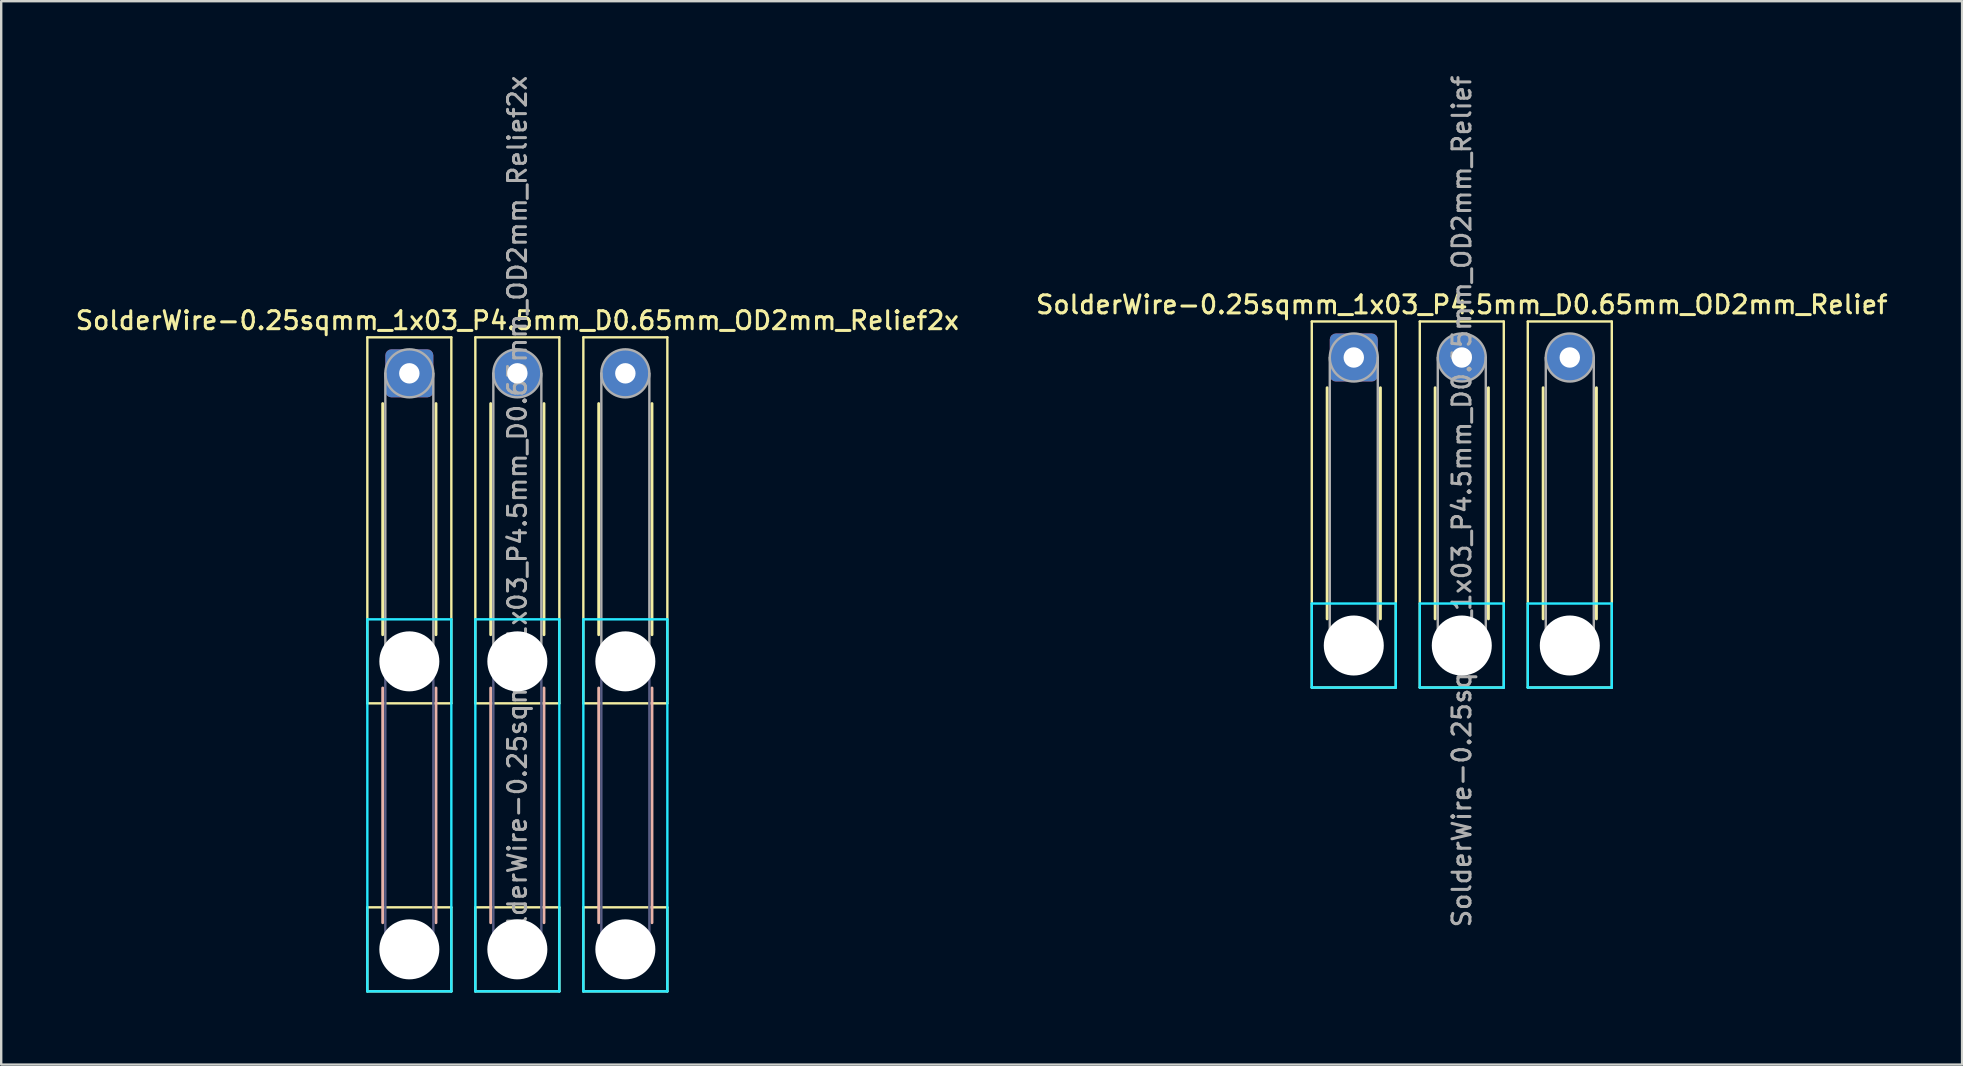
<source format=kicad_pcb>
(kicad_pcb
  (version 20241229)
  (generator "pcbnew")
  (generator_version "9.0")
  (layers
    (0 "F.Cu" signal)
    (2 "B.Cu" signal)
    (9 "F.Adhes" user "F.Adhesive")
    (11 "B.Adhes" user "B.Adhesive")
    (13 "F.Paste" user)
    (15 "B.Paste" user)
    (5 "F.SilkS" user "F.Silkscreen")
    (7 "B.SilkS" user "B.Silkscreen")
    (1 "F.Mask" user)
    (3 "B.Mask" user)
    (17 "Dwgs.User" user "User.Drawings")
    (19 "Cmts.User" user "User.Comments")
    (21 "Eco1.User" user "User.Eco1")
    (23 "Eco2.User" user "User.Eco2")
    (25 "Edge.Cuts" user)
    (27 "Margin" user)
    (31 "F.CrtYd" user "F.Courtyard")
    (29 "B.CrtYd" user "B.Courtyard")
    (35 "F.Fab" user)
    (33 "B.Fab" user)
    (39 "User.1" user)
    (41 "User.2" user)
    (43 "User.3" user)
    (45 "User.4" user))
  (footprint "SolderWire-0.25sqmm_1x03_P4.5mm_D0.65mm_OD2mm_Relief"
    (layer "F.Cu")
    (at 53.355 11.845)
    (property "Reference" "SolderWire-0.25sqmm_1x03_P4.5mm_D0.65mm_OD2mm_Relief" (at 4.5 -2.2 0) (layer "F.SilkS") (effects (font (size 0.75 0.75) (thickness 0.125))))
    (attr exclude_from_pos_files exclude_from_bom)
    (fp_line (start -1.75 -1.5) (end -1.75 13.75) (stroke (width 0.1) (type solid)) (layer "F.SilkS"))
    (fp_line (start -1.75 13.75) (end 1.75 13.75) (stroke (width 0.1) (type solid)) (layer "F.SilkS"))
    (fp_line (start -1.11 1.26) (end -1.11 10.89) (stroke (width 0.12) (type solid)) (layer "F.SilkS"))
    (fp_line (start 1.11 1.26) (end 1.11 10.89) (stroke (width 0.12) (type solid)) (layer "F.SilkS"))
    (fp_line (start 1.75 -1.5) (end -1.75 -1.5) (stroke (width 0.1) (type solid)) (layer "F.SilkS"))
    (fp_line (start 1.75 13.75) (end 1.75 -1.5) (stroke (width 0.1) (type solid)) (layer "F.SilkS"))
    (fp_line (start 2.75 -1.5) (end 2.75 13.75) (stroke (width 0.1) (type solid)) (layer "F.SilkS"))
    (fp_line (start 2.75 13.75) (end 6.25 13.75) (stroke (width 0.1) (type solid)) (layer "F.SilkS"))
    (fp_line (start 3.39 1.26) (end 3.39 10.89) (stroke (width 0.12) (type solid)) (layer "F.SilkS"))
    (fp_line (start 5.61 1.26) (end 5.61 10.89) (stroke (width 0.12) (type solid)) (layer "F.SilkS"))
    (fp_line (start 6.25 -1.5) (end 2.75 -1.5) (stroke (width 0.1) (type solid)) (layer "F.SilkS"))
    (fp_line (start 6.25 13.75) (end 6.25 -1.5) (stroke (width 0.1) (type solid)) (layer "F.SilkS"))
    (fp_line (start 7.25 -1.5) (end 7.25 13.75) (stroke (width 0.1) (type solid)) (layer "F.SilkS"))
    (fp_line (start 7.25 13.75) (end 10.75 13.75) (stroke (width 0.1) (type solid)) (layer "F.SilkS"))
    (fp_line (start 7.89 1.26) (end 7.89 10.89) (stroke (width 0.12) (type solid)) (layer "F.SilkS"))
    (fp_line (start 10.11 1.26) (end 10.11 10.89) (stroke (width 0.12) (type solid)) (layer "F.SilkS"))
    (fp_line (start 10.75 -1.5) (end 7.25 -1.5) (stroke (width 0.1) (type solid)) (layer "F.SilkS"))
    (fp_line (start 10.75 13.75) (end 10.75 -1.5) (stroke (width 0.1) (type solid)) (layer "F.SilkS"))
    (fp_line (start -1.75 10.25) (end -1.75 13.75) (stroke (width 0.1) (type solid)) (layer "B.CrtYd"))
    (fp_line (start -1.75 13.75) (end 1.75 13.75) (stroke (width 0.1) (type solid)) (layer "B.CrtYd"))
    (fp_line (start 1.75 10.25) (end -1.75 10.25) (stroke (width 0.1) (type solid)) (layer "B.CrtYd"))
    (fp_line (start 1.75 13.75) (end 1.75 10.25) (stroke (width 0.1) (type solid)) (layer "B.CrtYd"))
    (fp_line (start 2.75 10.25) (end 2.75 13.75) (stroke (width 0.1) (type solid)) (layer "B.CrtYd"))
    (fp_line (start 2.75 13.75) (end 6.25 13.75) (stroke (width 0.1) (type solid)) (layer "B.CrtYd"))
    (fp_line (start 6.25 10.25) (end 2.75 10.25) (stroke (width 0.1) (type solid)) (layer "B.CrtYd"))
    (fp_line (start 6.25 13.75) (end 6.25 10.25) (stroke (width 0.1) (type solid)) (layer "B.CrtYd"))
    (fp_line (start 7.25 10.25) (end 7.25 13.75) (stroke (width 0.1) (type solid)) (layer "B.CrtYd"))
    (fp_line (start 7.25 13.75) (end 10.75 13.75) (stroke (width 0.1) (type solid)) (layer "B.CrtYd"))
    (fp_line (start 10.75 10.25) (end 7.25 10.25) (stroke (width 0.1) (type solid)) (layer "B.CrtYd"))
    (fp_line (start 10.75 13.75) (end 10.75 10.25) (stroke (width 0.1) (type solid)) (layer "B.CrtYd"))
    (fp_line (start -1 0) (end -1 12) (stroke (width 0.1) (type solid)) (layer "F.Fab"))
    (fp_line (start 1 0) (end 1 12) (stroke (width 0.1) (type solid)) (layer "F.Fab"))
    (fp_line (start 3.5 0) (end 3.5 12) (stroke (width 0.1) (type solid)) (layer "F.Fab"))
    (fp_line (start 5.5 0) (end 5.5 12) (stroke (width 0.1) (type solid)) (layer "F.Fab"))
    (fp_line (start 8 0) (end 8 12) (stroke (width 0.1) (type solid)) (layer "F.Fab"))
    (fp_line (start 10 0) (end 10 12) (stroke (width 0.1) (type solid)) (layer "F.Fab"))
    (fp_circle (center 0 0) (end 1 0) (stroke (width 0.1) (type solid)) (fill no) (layer "F.Fab"))
    (fp_circle (center 0 12) (end 1 12) (stroke (width 0.1) (type solid)) (fill no) (layer "F.Fab"))
    (fp_circle (center 4.5 0) (end 5.5 0) (stroke (width 0.1) (type solid)) (fill no) (layer "F.Fab"))
    (fp_circle (center 4.5 12) (end 5.5 12) (stroke (width 0.1) (type solid)) (fill no) (layer "F.Fab"))
    (fp_circle (center 9 0) (end 10 0) (stroke (width 0.1) (type solid)) (fill no) (layer "F.Fab"))
    (fp_circle (center 9 12) (end 10 12) (stroke (width 0.1) (type solid)) (fill no) (layer "F.Fab"))
    (fp_text user "${REFERENCE}" (at 4.5 6 90) (layer "F.Fab") (effects (font (size 0.75 0.75) (thickness 0.125))))
    (pad "" np_thru_hole circle (at 0 12) (size 2.5 2.5) (drill 2.5) (layers "*.Cu" "*.Mask"))
    (pad "" np_thru_hole circle (at 4.5 12) (size 2.5 2.5) (drill 2.5) (layers "*.Cu" "*.Mask"))
    (pad "" np_thru_hole circle (at 9 12) (size 2.5 2.5) (drill 2.5) (layers "*.Cu" "*.Mask"))
    (pad "1" thru_hole roundrect (at 0 0) (size 2 2) (drill 0.85) (layers "*.Cu" "*.Mask") (roundrect_rratio 0.125))
    (pad "2" thru_hole circle (at 4.5 0) (size 2 2) (drill 0.85) (layers "*.Cu" "*.Mask"))
    (pad "3" thru_hole circle (at 9 0) (size 2 2) (drill 0.85) (layers "*.Cu" "*.Mask")))
  (footprint "SolderWire-0.25sqmm_1x03_P4.5mm_D0.65mm_OD2mm_Relief2x"
    (layer "F.Cu")
    (at 14.005 12.505)
    (property "Reference" "SolderWire-0.25sqmm_1x03_P4.5mm_D0.65mm_OD2mm_Relief2x" (at 4.5 -2.2 0) (layer "F.SilkS") (effects (font (size 0.75 0.75) (thickness 0.125))))
    (attr exclude_from_pos_files exclude_from_bom)
    (fp_line (start -1.75 -1.5) (end -1.75 13.75) (stroke (width 0.1) (type solid)) (layer "F.SilkS"))
    (fp_line (start -1.75 13.75) (end 1.75 13.75) (stroke (width 0.1) (type solid)) (layer "F.SilkS"))
    (fp_line (start -1.75 22.25) (end -1.75 25.75) (stroke (width 0.1) (type solid)) (layer "F.SilkS"))
    (fp_line (start -1.75 25.75) (end 1.75 25.75) (stroke (width 0.1) (type solid)) (layer "F.SilkS"))
    (fp_line (start -1.11 1.26) (end -1.11 10.89) (stroke (width 0.12) (type solid)) (layer "F.SilkS"))
    (fp_line (start 1.11 1.26) (end 1.11 10.89) (stroke (width 0.12) (type solid)) (layer "F.SilkS"))
    (fp_line (start 1.75 -1.5) (end -1.75 -1.5) (stroke (width 0.1) (type solid)) (layer "F.SilkS"))
    (fp_line (start 1.75 13.75) (end 1.75 -1.5) (stroke (width 0.1) (type solid)) (layer "F.SilkS"))
    (fp_line (start 1.75 22.25) (end -1.75 22.25) (stroke (width 0.1) (type solid)) (layer "F.SilkS"))
    (fp_line (start 1.75 25.75) (end 1.75 22.25) (stroke (width 0.1) (type solid)) (layer "F.SilkS"))
    (fp_line (start 2.75 -1.5) (end 2.75 13.75) (stroke (width 0.1) (type solid)) (layer "F.SilkS"))
    (fp_line (start 2.75 13.75) (end 6.25 13.75) (stroke (width 0.1) (type solid)) (layer "F.SilkS"))
    (fp_line (start 2.75 22.25) (end 2.75 25.75) (stroke (width 0.1) (type solid)) (layer "F.SilkS"))
    (fp_line (start 2.75 25.75) (end 6.25 25.75) (stroke (width 0.1) (type solid)) (layer "F.SilkS"))
    (fp_line (start 3.39 1.26) (end 3.39 10.89) (stroke (width 0.12) (type solid)) (layer "F.SilkS"))
    (fp_line (start 5.61 1.26) (end 5.61 10.89) (stroke (width 0.12) (type solid)) (layer "F.SilkS"))
    (fp_line (start 6.25 -1.5) (end 2.75 -1.5) (stroke (width 0.1) (type solid)) (layer "F.SilkS"))
    (fp_line (start 6.25 13.75) (end 6.25 -1.5) (stroke (width 0.1) (type solid)) (layer "F.SilkS"))
    (fp_line (start 6.25 22.25) (end 2.75 22.25) (stroke (width 0.1) (type solid)) (layer "F.SilkS"))
    (fp_line (start 6.25 25.75) (end 6.25 22.25) (stroke (width 0.1) (type solid)) (layer "F.SilkS"))
    (fp_line (start 7.25 -1.5) (end 7.25 13.75) (stroke (width 0.1) (type solid)) (layer "F.SilkS"))
    (fp_line (start 7.25 13.75) (end 10.75 13.75) (stroke (width 0.1) (type solid)) (layer "F.SilkS"))
    (fp_line (start 7.25 22.25) (end 7.25 25.75) (stroke (width 0.1) (type solid)) (layer "F.SilkS"))
    (fp_line (start 7.25 25.75) (end 10.75 25.75) (stroke (width 0.1) (type solid)) (layer "F.SilkS"))
    (fp_line (start 7.89 1.26) (end 7.89 10.89) (stroke (width 0.12) (type solid)) (layer "F.SilkS"))
    (fp_line (start 10.11 1.26) (end 10.11 10.89) (stroke (width 0.12) (type solid)) (layer "F.SilkS"))
    (fp_line (start 10.75 -1.5) (end 7.25 -1.5) (stroke (width 0.1) (type solid)) (layer "F.SilkS"))
    (fp_line (start 10.75 13.75) (end 10.75 -1.5) (stroke (width 0.1) (type solid)) (layer "F.SilkS"))
    (fp_line (start 10.75 22.25) (end 7.25 22.25) (stroke (width 0.1) (type solid)) (layer "F.SilkS"))
    (fp_line (start 10.75 25.75) (end 10.75 22.25) (stroke (width 0.1) (type solid)) (layer "F.SilkS"))
    (fp_line (start -1.11 13.11) (end -1.11 22.89) (stroke (width 0.12) (type solid)) (layer "B.SilkS"))
    (fp_line (start 1.11 13.11) (end 1.11 22.89) (stroke (width 0.12) (type solid)) (layer "B.SilkS"))
    (fp_line (start 3.39 13.11) (end 3.39 22.89) (stroke (width 0.12) (type solid)) (layer "B.SilkS"))
    (fp_line (start 5.61 13.11) (end 5.61 22.89) (stroke (width 0.12) (type solid)) (layer "B.SilkS"))
    (fp_line (start 7.89 13.11) (end 7.89 22.89) (stroke (width 0.12) (type solid)) (layer "B.SilkS"))
    (fp_line (start 10.11 13.11) (end 10.11 22.89) (stroke (width 0.12) (type solid)) (layer "B.SilkS"))
    (fp_line (start -1.75 10.25) (end -1.75 25.75) (stroke (width 0.1) (type solid)) (layer "B.CrtYd"))
    (fp_line (start -1.75 25.75) (end 1.75 25.75) (stroke (width 0.1) (type solid)) (layer "B.CrtYd"))
    (fp_line (start 1.75 10.25) (end -1.75 10.25) (stroke (width 0.1) (type solid)) (layer "B.CrtYd"))
    (fp_line (start 1.75 25.75) (end 1.75 10.25) (stroke (width 0.1) (type solid)) (layer "B.CrtYd"))
    (fp_line (start 2.75 10.25) (end 2.75 25.75) (stroke (width 0.1) (type solid)) (layer "B.CrtYd"))
    (fp_line (start 2.75 25.75) (end 6.25 25.75) (stroke (width 0.1) (type solid)) (layer "B.CrtYd"))
    (fp_line (start 6.25 10.25) (end 2.75 10.25) (stroke (width 0.1) (type solid)) (layer "B.CrtYd"))
    (fp_line (start 6.25 25.75) (end 6.25 10.25) (stroke (width 0.1) (type solid)) (layer "B.CrtYd"))
    (fp_line (start 7.25 10.25) (end 7.25 25.75) (stroke (width 0.1) (type solid)) (layer "B.CrtYd"))
    (fp_line (start 7.25 25.75) (end 10.75 25.75) (stroke (width 0.1) (type solid)) (layer "B.CrtYd"))
    (fp_line (start 10.75 10.25) (end 7.25 10.25) (stroke (width 0.1) (type solid)) (layer "B.CrtYd"))
    (fp_line (start 10.75 25.75) (end 10.75 10.25) (stroke (width 0.1) (type solid)) (layer "B.CrtYd"))
    (fp_line (start -1 12) (end -1 24) (stroke (width 0.1) (type solid)) (layer "B.Fab"))
    (fp_line (start 1 12) (end 1 24) (stroke (width 0.1) (type solid)) (layer "B.Fab"))
    (fp_line (start 3.5 12) (end 3.5 24) (stroke (width 0.1) (type solid)) (layer "B.Fab"))
    (fp_line (start 5.5 12) (end 5.5 24) (stroke (width 0.1) (type solid)) (layer "B.Fab"))
    (fp_line (start 8 12) (end 8 24) (stroke (width 0.1) (type solid)) (layer "B.Fab"))
    (fp_line (start 10 12) (end 10 24) (stroke (width 0.1) (type solid)) (layer "B.Fab"))
    (fp_circle (center 0 12) (end 1 12) (stroke (width 0.1) (type solid)) (fill no) (layer "B.Fab"))
    (fp_circle (center 0 24) (end 1 24) (stroke (width 0.1) (type solid)) (fill no) (layer "B.Fab"))
    (fp_circle (center 4.5 12) (end 5.5 12) (stroke (width 0.1) (type solid)) (fill no) (layer "B.Fab"))
    (fp_circle (center 4.5 24) (end 5.5 24) (stroke (width 0.1) (type solid)) (fill no) (layer "B.Fab"))
    (fp_circle (center 9 12) (end 10 12) (stroke (width 0.1) (type solid)) (fill no) (layer "B.Fab"))
    (fp_circle (center 9 24) (end 10 24) (stroke (width 0.1) (type solid)) (fill no) (layer "B.Fab"))
    (fp_line (start -1 0) (end -1 12) (stroke (width 0.1) (type solid)) (layer "F.Fab"))
    (fp_line (start 1 0) (end 1 12) (stroke (width 0.1) (type solid)) (layer "F.Fab"))
    (fp_line (start 3.5 0) (end 3.5 12) (stroke (width 0.1) (type solid)) (layer "F.Fab"))
    (fp_line (start 5.5 0) (end 5.5 12) (stroke (width 0.1) (type solid)) (layer "F.Fab"))
    (fp_line (start 8 0) (end 8 12) (stroke (width 0.1) (type solid)) (layer "F.Fab"))
    (fp_line (start 10 0) (end 10 12) (stroke (width 0.1) (type solid)) (layer "F.Fab"))
    (fp_circle (center 0 0) (end 1 0) (stroke (width 0.1) (type solid)) (fill no) (layer "F.Fab"))
    (fp_circle (center 0 12) (end 1 12) (stroke (width 0.1) (type solid)) (fill no) (layer "F.Fab"))
    (fp_circle (center 0 24) (end 1 24) (stroke (width 0.1) (type solid)) (fill no) (layer "F.Fab"))
    (fp_circle (center 4.5 0) (end 5.5 0) (stroke (width 0.1) (type solid)) (fill no) (layer "F.Fab"))
    (fp_circle (center 4.5 12) (end 5.5 12) (stroke (width 0.1) (type solid)) (fill no) (layer "F.Fab"))
    (fp_circle (center 4.5 24) (end 5.5 24) (stroke (width 0.1) (type solid)) (fill no) (layer "F.Fab"))
    (fp_circle (center 9 0) (end 10 0) (stroke (width 0.1) (type solid)) (fill no) (layer "F.Fab"))
    (fp_circle (center 9 12) (end 10 12) (stroke (width 0.1) (type solid)) (fill no) (layer "F.Fab"))
    (fp_circle (center 9 24) (end 10 24) (stroke (width 0.1) (type solid)) (fill no) (layer "F.Fab"))
    (fp_text user "${REFERENCE}" (at 4.5 6 90) (layer "F.Fab") (effects (font (size 0.75 0.75) (thickness 0.125))))
    (pad "" np_thru_hole circle (at 0 12) (size 2.5 2.5) (drill 2.5) (layers "*.Cu" "*.Mask"))
    (pad "" np_thru_hole circle (at 0 24) (size 2.5 2.5) (drill 2.5) (layers "*.Cu" "*.Mask"))
    (pad "" np_thru_hole circle (at 4.5 12) (size 2.5 2.5) (drill 2.5) (layers "*.Cu" "*.Mask"))
    (pad "" np_thru_hole circle (at 4.5 24) (size 2.5 2.5) (drill 2.5) (layers "*.Cu" "*.Mask"))
    (pad "" np_thru_hole circle (at 9 12) (size 2.5 2.5) (drill 2.5) (layers "*.Cu" "*.Mask"))
    (pad "" np_thru_hole circle (at 9 24) (size 2.5 2.5) (drill 2.5) (layers "*.Cu" "*.Mask"))
    (pad "1" thru_hole roundrect (at 0 0) (size 2 2) (drill 0.85) (layers "*.Cu" "*.Mask") (roundrect_rratio 0.125))
    (pad "2" thru_hole circle (at 4.5 0) (size 2 2) (drill 0.85) (layers "*.Cu" "*.Mask"))
    (pad "3" thru_hole circle (at 9 0) (size 2 2) (drill 0.85) (layers "*.Cu" "*.Mask")))
  (gr_rect
    (start -3 -3)
    (end 78.7 41.305)
    (stroke (width 0.1) (type default))
    (fill no)
    (layer "Edge.Cuts")))
</source>
